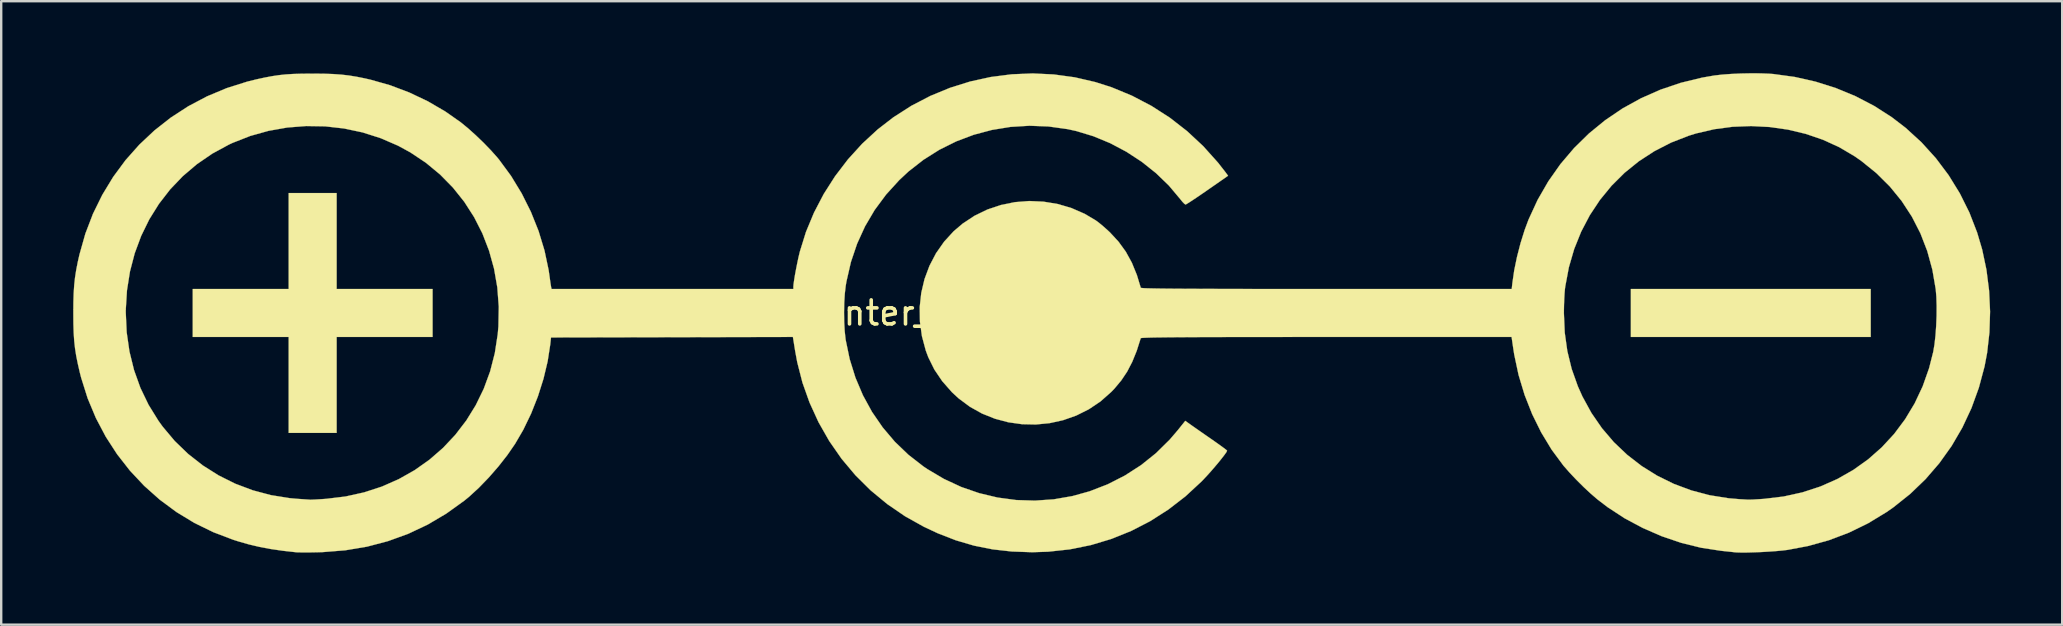
<source format=kicad_pcb>
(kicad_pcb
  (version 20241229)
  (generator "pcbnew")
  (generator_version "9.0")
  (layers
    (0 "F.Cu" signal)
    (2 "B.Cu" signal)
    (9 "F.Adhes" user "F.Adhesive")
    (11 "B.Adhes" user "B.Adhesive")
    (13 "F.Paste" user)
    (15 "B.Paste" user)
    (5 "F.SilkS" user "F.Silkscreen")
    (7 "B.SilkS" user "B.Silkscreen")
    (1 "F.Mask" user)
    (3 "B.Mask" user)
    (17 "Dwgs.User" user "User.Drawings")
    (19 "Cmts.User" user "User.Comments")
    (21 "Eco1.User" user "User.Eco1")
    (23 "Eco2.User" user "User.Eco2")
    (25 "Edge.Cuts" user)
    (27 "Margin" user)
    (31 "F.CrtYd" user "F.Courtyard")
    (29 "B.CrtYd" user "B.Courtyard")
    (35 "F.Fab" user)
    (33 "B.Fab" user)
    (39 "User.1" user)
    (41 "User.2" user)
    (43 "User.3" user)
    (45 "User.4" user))
  (footprint "Polarity_Center_Negative_20mm_SilkScreen"
    (layer "F.Cu")
    (at 39.915 9.99)
    (property "Reference" "Polarity_Center_Negative_20mm_SilkScreen" (at 0 0 0) (layer "F.SilkS") (effects (font (size 1 1) (thickness 0.15))))
    (attr exclude_from_pos_files exclude_from_bom allow_missing_courtyard)
    (fp_poly (pts (xy 34.977 0.999) (xy 24.984 0.999) (xy 24.984 -0.999) (xy 34.977 -0.999) (xy 34.977 0.999)) (stroke (width 0.01) (type solid)) (fill yes) (layer "F.SilkS"))
    (fp_poly (pts (xy -28.939 -0.999) (xy -24.942 -0.999) (xy -24.942 0.999) (xy -28.939 0.999) (xy -28.939 4.997) (xy -30.938 4.997) (xy -30.938 0.999) (xy -34.935 0.999) (xy -34.935 -0.999) (xy -30.938 -0.999) (xy -30.938 -4.997) (xy -28.939 -4.997) (xy -28.939 -0.999)) (stroke (width 0.01) (type solid)) (fill yes) (layer "F.SilkS"))
    (fp_poly (pts (xy 30.382 -9.983) (xy 30.744 -9.969) (xy 30.92 -9.956) (xy 31.808 -9.835) (xy 32.68 -9.638) (xy 33.527 -9.37) (xy 34.344 -9.032) (xy 35.121 -8.627) (xy 35.852 -8.159) (xy 36.434 -7.712) (xy 37.094 -7.108) (xy 37.691 -6.449) (xy 38.224 -5.74) (xy 38.69 -4.984) (xy 39.087 -4.187) (xy 39.411 -3.352) (xy 39.621 -2.644) (xy 39.799 -1.8) (xy 39.909 -0.933) (xy 39.95 -0.058) (xy 39.923 0.811) (xy 39.827 1.66) (xy 39.721 2.223) (xy 39.483 3.113) (xy 39.174 3.964) (xy 38.795 4.774) (xy 38.349 5.539) (xy 37.837 6.256) (xy 37.262 6.923) (xy 36.626 7.535) (xy 35.931 8.09) (xy 35.638 8.295) (xy 34.87 8.761) (xy 34.069 9.152) (xy 33.232 9.469) (xy 32.358 9.711) (xy 31.509 9.871) (xy 31.296 9.897) (xy 31.032 9.921) (xy 30.736 9.942) (xy 30.425 9.96) (xy 30.117 9.972) (xy 29.83 9.98) (xy 29.581 9.981) (xy 29.387 9.976) (xy 29.314 9.97) (xy 29.211 9.958) (xy 29.05 9.941) (xy 28.858 9.921) (xy 28.731 9.907) (xy 27.908 9.781) (xy 27.084 9.578) (xy 26.271 9.302) (xy 25.481 8.959) (xy 24.724 8.554) (xy 24.015 8.091) (xy 23.589 7.765) (xy 23.317 7.531) (xy 23.019 7.254) (xy 22.718 6.955) (xy 22.437 6.658) (xy 22.196 6.384) (xy 22.168 6.35) (xy 21.682 5.693) (xy 21.249 4.978) (xy 20.872 4.215) (xy 20.556 3.413) (xy 20.305 2.582) (xy 20.124 1.732) (xy 20.089 1.509) (xy 20.014 0.999) (xy 12.296 0.999) (xy 11.32 0.999) (xy 10.425 1) (xy 9.608 1) (xy 8.864 1.001) (xy 8.192 1.002) (xy 7.588 1.004) (xy 7.049 1.005) (xy 6.572 1.007) (xy 6.155 1.01) (xy 5.793 1.012) (xy 5.485 1.016) (xy 5.227 1.019) (xy 5.016 1.023) (xy 4.849 1.028) (xy 4.724 1.033) (xy 4.636 1.038) (xy 4.584 1.044) (xy 4.563 1.051) (xy 4.563 1.051) (xy 4.395 1.578) (xy 4.209 2.036) (xy 3.998 2.442) (xy 3.752 2.81) (xy 3.464 3.155) (xy 3.333 3.291) (xy 2.885 3.687) (xy 2.397 4.014) (xy 1.876 4.274) (xy 1.33 4.466) (xy 0.767 4.59) (xy 0.193 4.646) (xy -0.382 4.634) (xy -0.953 4.554) (xy -1.51 4.406) (xy -2.047 4.191) (xy -2.556 3.907) (xy -3.029 3.555) (xy -3.303 3.301) (xy -3.707 2.842) (xy -4.034 2.359) (xy -4.289 1.843) (xy -4.393 1.565) (xy -4.554 0.964) (xy -4.637 0.358) (xy -4.642 0.014) (xy 22.194 0.014) (xy 22.229 0.82) (xy 22.337 1.589) (xy 22.518 2.331) (xy 22.775 3.054) (xy 22.964 3.477) (xy 23.34 4.164) (xy 23.779 4.801) (xy 24.277 5.384) (xy 24.831 5.91) (xy 25.435 6.377) (xy 26.085 6.782) (xy 26.776 7.121) (xy 27.505 7.393) (xy 28.267 7.594) (xy 29.058 7.72) (xy 29.522 7.759) (xy 29.672 7.767) (xy 29.804 7.775) (xy 29.855 7.778) (xy 29.935 7.778) (xy 30.078 7.773) (xy 30.266 7.762) (xy 30.481 7.748) (xy 30.529 7.745) (xy 31.346 7.647) (xy 32.131 7.474) (xy 32.879 7.23) (xy 33.587 6.917) (xy 34.252 6.539) (xy 34.87 6.098) (xy 35.438 5.597) (xy 35.953 5.04) (xy 36.41 4.428) (xy 36.808 3.766) (xy 37.142 3.056) (xy 37.409 2.301) (xy 37.581 1.624) (xy 37.634 1.311) (xy 37.676 0.939) (xy 37.705 0.531) (xy 37.722 0.11) (xy 37.724 -0.301) (xy 37.712 -0.679) (xy 37.686 -0.988) (xy 37.546 -1.803) (xy 37.333 -2.581) (xy 37.048 -3.318) (xy 36.692 -4.014) (xy 36.267 -4.665) (xy 35.773 -5.271) (xy 35.213 -5.827) (xy 34.587 -6.333) (xy 34.311 -6.526) (xy 33.674 -6.903) (xy 32.993 -7.215) (xy 32.276 -7.461) (xy 31.531 -7.639) (xy 30.768 -7.748) (xy 29.995 -7.788) (xy 29.221 -7.758) (xy 28.454 -7.656) (xy 27.702 -7.481) (xy 27.399 -7.387) (xy 26.659 -7.099) (xy 25.964 -6.742) (xy 25.317 -6.322) (xy 24.722 -5.841) (xy 24.181 -5.303) (xy 23.697 -4.713) (xy 23.274 -4.075) (xy 22.915 -3.391) (xy 22.623 -2.667) (xy 22.401 -1.905) (xy 22.252 -1.111) (xy 22.237 -1) (xy 22.222 -0.829) (xy 22.209 -0.601) (xy 22.199 -0.341) (xy 22.194 -0.075) (xy 22.194 0.014) (xy -4.642 0.014) (xy -4.646 -0.245) (xy -4.581 -0.838) (xy -4.445 -1.414) (xy -4.239 -1.966) (xy -3.967 -2.487) (xy -3.63 -2.969) (xy -3.231 -3.405) (xy -2.86 -3.721) (xy -2.36 -4.051) (xy -1.824 -4.311) (xy -1.26 -4.5) (xy -0.678 -4.618) (xy -0.084 -4.664) (xy 0.511 -4.638) (xy 1.101 -4.541) (xy 1.676 -4.372) (xy 2.228 -4.131) (xy 2.686 -3.86) (xy 2.823 -3.758) (xy 2.993 -3.617) (xy 3.171 -3.46) (xy 3.279 -3.359) (xy 3.639 -2.969) (xy 3.942 -2.552) (xy 4.194 -2.093) (xy 4.403 -1.581) (xy 4.564 -1.051) (xy 4.581 -1.045) (xy 4.629 -1.039) (xy 4.712 -1.033) (xy 4.833 -1.028) (xy 4.994 -1.024) (xy 5.2 -1.02) (xy 5.452 -1.016) (xy 5.754 -1.013) (xy 6.108 -1.01) (xy 6.519 -1.008) (xy 6.988 -1.006) (xy 7.519 -1.004) (xy 8.115 -1.002) (xy 8.779 -1.001) (xy 9.513 -1) (xy 10.322 -1) (xy 11.207 -0.999) (xy 12.172 -0.999) (xy 12.299 -0.999) (xy 20.02 -0.999) (xy 20.049 -1.26) (xy 20.125 -1.782) (xy 20.241 -2.342) (xy 20.388 -2.911) (xy 20.559 -3.458) (xy 20.72 -3.889) (xy 21.098 -4.71) (xy 21.543 -5.482) (xy 22.05 -6.203) (xy 22.617 -6.87) (xy 23.239 -7.48) (xy 23.913 -8.031) (xy 24.636 -8.521) (xy 25.405 -8.945) (xy 26.216 -9.303) (xy 27.065 -9.59) (xy 27.949 -9.805) (xy 28.455 -9.893) (xy 28.774 -9.93) (xy 29.151 -9.958) (xy 29.561 -9.977) (xy 29.98 -9.985) (xy 30.382 -9.983)) (stroke (width 0.01) (type solid)) (fill yes) (layer "F.SilkS"))
    (fp_poly (pts (xy 0.941 -9.938) (xy 1.813 -9.819) (xy 2.673 -9.62) (xy 3.352 -9.403) (xy 4.199 -9.052) (xy 5.008 -8.629) (xy 5.775 -8.136) (xy 6.494 -7.577) (xy 7.164 -6.953) (xy 7.778 -6.269) (xy 8.092 -5.868) (xy 8.202 -5.718) (xy 7.34 -5.118) (xy 7.102 -4.954) (xy 6.886 -4.807) (xy 6.701 -4.684) (xy 6.556 -4.59) (xy 6.462 -4.533) (xy 6.429 -4.518) (xy 6.381 -4.549) (xy 6.302 -4.63) (xy 6.211 -4.743) (xy 5.738 -5.306) (xy 5.2 -5.826) (xy 4.606 -6.299) (xy 3.968 -6.716) (xy 3.294 -7.073) (xy 2.595 -7.363) (xy 1.88 -7.58) (xy 1.516 -7.66) (xy 0.719 -7.771) (xy -0.076 -7.801) (xy -0.863 -7.753) (xy -1.637 -7.627) (xy -2.392 -7.426) (xy -3.122 -7.151) (xy -3.821 -6.804) (xy -4.485 -6.386) (xy -5.107 -5.901) (xy -5.497 -5.538) (xy -6.046 -4.935) (xy -6.522 -4.293) (xy -6.924 -3.61) (xy -7.254 -2.887) (xy -7.512 -2.124) (xy -7.697 -1.319) (xy -7.73 -1.124) (xy -7.767 -0.803) (xy -7.79 -0.428) (xy -7.798 -0.024) (xy -7.792 0.38) (xy -7.771 0.76) (xy -7.735 1.087) (xy -7.731 1.119) (xy -7.564 1.922) (xy -7.324 2.693) (xy -7.013 3.427) (xy -6.634 4.12) (xy -6.189 4.767) (xy -5.682 5.365) (xy -5.115 5.909) (xy -4.49 6.395) (xy -4.33 6.503) (xy -3.636 6.914) (xy -2.913 7.25) (xy -2.166 7.508) (xy -1.402 7.69) (xy -0.626 7.794) (xy 0.156 7.818) (xy 0.939 7.764) (xy 1.717 7.629) (xy 2.433 7.43) (xy 3.187 7.138) (xy 3.902 6.773) (xy 4.574 6.341) (xy 5.197 5.842) (xy 5.767 5.281) (xy 6.109 4.881) (xy 6.419 4.494) (xy 6.613 4.633) (xy 6.709 4.701) (xy 6.859 4.806) (xy 7.048 4.938) (xy 7.262 5.087) (xy 7.485 5.241) (xy 7.692 5.386) (xy 7.873 5.515) (xy 8.019 5.622) (xy 8.118 5.697) (xy 8.16 5.734) (xy 8.161 5.736) (xy 8.135 5.793) (xy 8.061 5.899) (xy 7.95 6.044) (xy 7.811 6.217) (xy 7.653 6.405) (xy 7.486 6.599) (xy 7.318 6.785) (xy 7.16 6.954) (xy 7.101 7.015) (xy 6.426 7.64) (xy 5.709 8.193) (xy 4.954 8.675) (xy 4.163 9.082) (xy 3.34 9.414) (xy 2.488 9.67) (xy 1.609 9.848) (xy 0.709 9.946) (xy 0.042 9.968) (xy -0.807 9.938) (xy -1.61 9.848) (xy -2.382 9.694) (xy -3.138 9.472) (xy -3.892 9.179) (xy -4.466 8.911) (xy -5.256 8.47) (xy -5.998 7.962) (xy -6.689 7.391) (xy -7.325 6.76) (xy -7.901 6.074) (xy -8.415 5.335) (xy -8.862 4.55) (xy -9.236 3.732) (xy -9.531 2.902) (xy -9.749 2.05) (xy -9.836 1.58) (xy -9.929 0.999) (xy -14.969 1.01) (xy -20.008 1.02) (xy -20.039 1.312) (xy -20.148 2.017) (xy -20.322 2.745) (xy -20.554 3.476) (xy -20.836 4.189) (xy -21.162 4.865) (xy -21.506 5.455) (xy -21.829 5.923) (xy -22.2 6.396) (xy -22.6 6.855) (xy -23.014 7.283) (xy -23.425 7.66) (xy -23.622 7.821) (xy -24.368 8.357) (xy -25.146 8.817) (xy -25.957 9.2) (xy -26.8 9.506) (xy -27.674 9.736) (xy -28.58 9.888) (xy -29.518 9.963) (xy -29.71 9.969) (xy -29.964 9.974) (xy -30.201 9.976) (xy -30.404 9.975) (xy -30.554 9.973) (xy -30.626 9.969) (xy -31.19 9.906) (xy -31.693 9.833) (xy -32.153 9.746) (xy -32.594 9.642) (xy -33.035 9.516) (xy -33.249 9.448) (xy -34.078 9.133) (xy -34.867 8.747) (xy -35.613 8.294) (xy -36.311 7.777) (xy -36.958 7.201) (xy -37.551 6.569) (xy -38.086 5.885) (xy -38.56 5.153) (xy -38.97 4.376) (xy -39.312 3.559) (xy -39.582 2.704) (xy -39.637 2.49) (xy -39.722 2.121) (xy -39.789 1.791) (xy -39.838 1.478) (xy -39.873 1.162) (xy -39.895 0.824) (xy -39.907 0.444) (xy -39.91 0) (xy -39.91 -0.021) (xy -37.725 -0.021) (xy -37.687 0.806) (xy -37.571 1.608) (xy -37.38 2.381) (xy -37.115 3.121) (xy -36.776 3.825) (xy -36.365 4.49) (xy -36.19 4.733) (xy -35.686 5.333) (xy -35.126 5.873) (xy -34.515 6.352) (xy -33.859 6.766) (xy -33.164 7.113) (xy -32.434 7.388) (xy -31.676 7.59) (xy -30.895 7.715) (xy -30.584 7.743) (xy -30.389 7.756) (xy -30.219 7.768) (xy -30.095 7.776) (xy -30.043 7.78) (xy -29.972 7.779) (xy -29.836 7.773) (xy -29.653 7.762) (xy -29.44 7.748) (xy -29.379 7.744) (xy -28.569 7.646) (xy -27.792 7.474) (xy -27.05 7.232) (xy -26.347 6.921) (xy -25.687 6.548) (xy -25.072 6.113) (xy -24.507 5.622) (xy -23.995 5.077) (xy -23.539 4.483) (xy -23.143 3.842) (xy -22.81 3.158) (xy -22.544 2.434) (xy -22.349 1.674) (xy -22.227 0.881) (xy -22.199 0.562) (xy -22.184 -0.263) (xy -22.245 -1.067) (xy -22.381 -1.846) (xy -22.589 -2.596) (xy -22.866 -3.313) (xy -23.211 -3.993) (xy -23.621 -4.632) (xy -24.095 -5.225) (xy -24.629 -5.769) (xy -25.221 -6.259) (xy -25.869 -6.691) (xy -26.379 -6.969) (xy -27.104 -7.283) (xy -27.857 -7.523) (xy -28.631 -7.687) (xy -29.417 -7.776) (xy -30.209 -7.789) (xy -30.998 -7.727) (xy -31.777 -7.589) (xy -32.539 -7.376) (xy -33.275 -7.087) (xy -33.427 -7.016) (xy -34.121 -6.639) (xy -34.762 -6.199) (xy -35.348 -5.701) (xy -35.875 -5.15) (xy -36.341 -4.549) (xy -36.745 -3.902) (xy -37.082 -3.214) (xy -37.352 -2.488) (xy -37.55 -1.73) (xy -37.675 -0.942) (xy -37.725 -0.13) (xy -37.725 -0.021) (xy -39.91 -0.021) (xy -39.907 -0.443) (xy -39.895 -0.824) (xy -39.873 -1.162) (xy -39.839 -1.477) (xy -39.79 -1.791) (xy -39.725 -2.123) (xy -39.654 -2.436) (xy -39.409 -3.303) (xy -39.091 -4.133) (xy -38.703 -4.922) (xy -38.25 -5.668) (xy -37.735 -6.366) (xy -37.16 -7.013) (xy -36.53 -7.605) (xy -35.848 -8.141) (xy -35.117 -8.615) (xy -34.341 -9.025) (xy -33.524 -9.367) (xy -32.667 -9.638) (xy -32.27 -9.736) (xy -31.928 -9.81) (xy -31.626 -9.867) (xy -31.342 -9.909) (xy -31.059 -9.939) (xy -30.756 -9.958) (xy -30.413 -9.968) (xy -30.011 -9.972) (xy -29.918 -9.972) (xy -29.472 -9.968) (xy -29.088 -9.955) (xy -28.746 -9.931) (xy -28.424 -9.894) (xy -28.103 -9.842) (xy -27.761 -9.773) (xy -27.526 -9.719) (xy -26.713 -9.489) (xy -25.912 -9.186) (xy -25.139 -8.819) (xy -24.407 -8.392) (xy -23.77 -7.945) (xy -23.467 -7.697) (xy -23.141 -7.404) (xy -22.813 -7.089) (xy -22.506 -6.771) (xy -22.24 -6.472) (xy -22.174 -6.392) (xy -21.673 -5.711) (xy -21.229 -4.981) (xy -20.845 -4.212) (xy -20.526 -3.415) (xy -20.279 -2.604) (xy -20.107 -1.789) (xy -20.071 -1.541) (xy -20.047 -1.366) (xy -20.025 -1.214) (xy -20.008 -1.111) (xy -20.005 -1.093) (xy -19.985 -0.999) (xy -9.91 -0.999) (xy -9.91 -1.098) (xy -9.901 -1.206) (xy -9.877 -1.376) (xy -9.842 -1.59) (xy -9.797 -1.83) (xy -9.748 -2.077) (xy -9.698 -2.313) (xy -9.649 -2.519) (xy -9.64 -2.556) (xy -9.384 -3.379) (xy -9.05 -4.181) (xy -8.645 -4.957) (xy -8.171 -5.699) (xy -7.636 -6.399) (xy -7.043 -7.051) (xy -6.397 -7.647) (xy -5.744 -8.152) (xy -4.991 -8.634) (xy -4.202 -9.044) (xy -3.384 -9.381) (xy -2.543 -9.644) (xy -1.684 -9.832) (xy -0.813 -9.944) (xy 0.064 -9.98) (xy 0.941 -9.938)) (stroke (width 0.01) (type solid)) (fill yes) (layer "F.SilkS")))
  (gr_rect
    (start -3 -3)
    (end 82.87 22.977)
    (stroke (width 0.1) (type default))
    (fill no)
    (layer "Edge.Cuts")))
</source>
